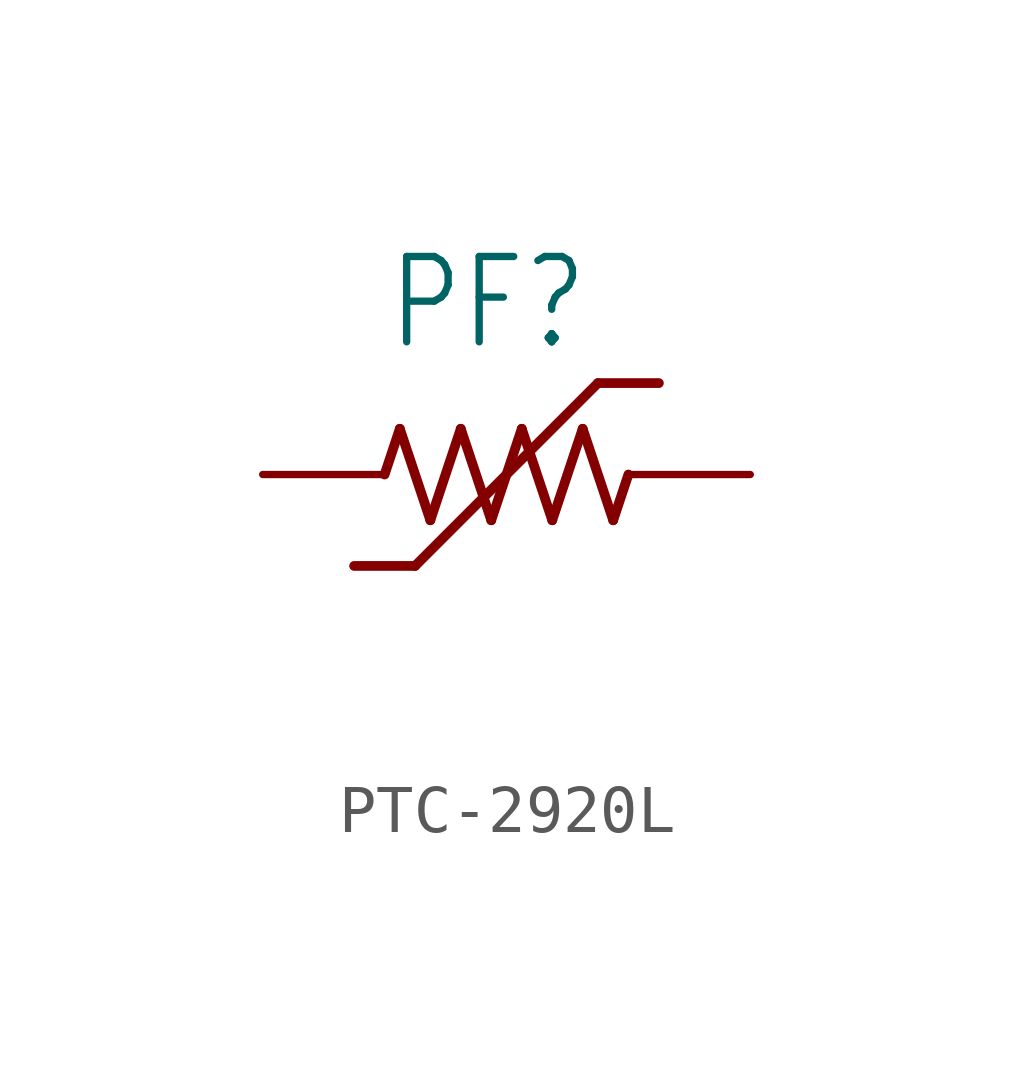
<source format=kicad_sym>
(kicad_symbol_lib
  (version 20231120)
  (generator "kicad_symbol_editor")
  (generator_version "8.0")
  (symbol "PTC-2920L"
    (property "Reference" "PF"
      (at -2.54 2.54 0)
      (effects (font (size 1.778 1.511)) (justify left bottom)))
    (property "Value" ""
      (at -5.08 -5.08 0)
      (effects (font (size 1.778 1.511)) (justify left bottom)))
    (property "ki_locked" ""
      (at 0 0 0)
      (effects (font (size 1.27 1.27))))
    (symbol "PTC-2920L_1_0"
      (polyline (pts (xy -2.54 0) (xy -2.223 0.953)) (stroke (width 0.203) (type solid)) (fill (type none)))
      (polyline (pts (xy -2.223 0.953) (xy -1.587 -0.953)) (stroke (width 0.203) (type solid)) (fill (type none)))
      (polyline (pts (xy -1.905 -1.905) (xy -3.175 -1.905)) (stroke (width 0.203) (type solid)) (fill (type none)))
      (polyline (pts (xy -1.587 -0.953) (xy -0.953 0.953)) (stroke (width 0.203) (type solid)) (fill (type none)))
      (polyline (pts (xy -0.953 0.953) (xy -0.318 -0.953)) (stroke (width 0.203) (type solid)) (fill (type none)))
      (polyline (pts (xy -0.318 -0.953) (xy 0.318 0.953)) (stroke (width 0.203) (type solid)) (fill (type none)))
      (polyline (pts (xy 0.318 0.953) (xy 0.953 -0.953)) (stroke (width 0.203) (type solid)) (fill (type none)))
      (polyline (pts (xy 0.953 -0.953) (xy 1.587 0.953)) (stroke (width 0.203) (type solid)) (fill (type none)))
      (polyline (pts (xy 1.587 0.953) (xy 2.223 -0.953)) (stroke (width 0.203) (type solid)) (fill (type none)))
      (polyline (pts (xy 1.905 1.905) (xy -1.905 -1.905)) (stroke (width 0.203) (type solid)) (fill (type none)))
      (polyline (pts (xy 2.223 -0.953) (xy 2.54 0)) (stroke (width 0.203) (type solid)) (fill (type none)))
      (polyline (pts (xy 3.175 1.905) (xy 1.905 1.905)) (stroke (width 0.203) (type solid)) (fill (type none)))
      (pin passive line (at -5.08 0 0) (length 2.54) (name "1" (effects (font (size 0 0)))) (number "1" (effects (font (size 0 0)))))
      (pin passive line (at 5.08 0 180) (length 2.54) (name "2" (effects (font (size 0 0)))) (number "2" (effects (font (size 0 0))))))))
</source>
